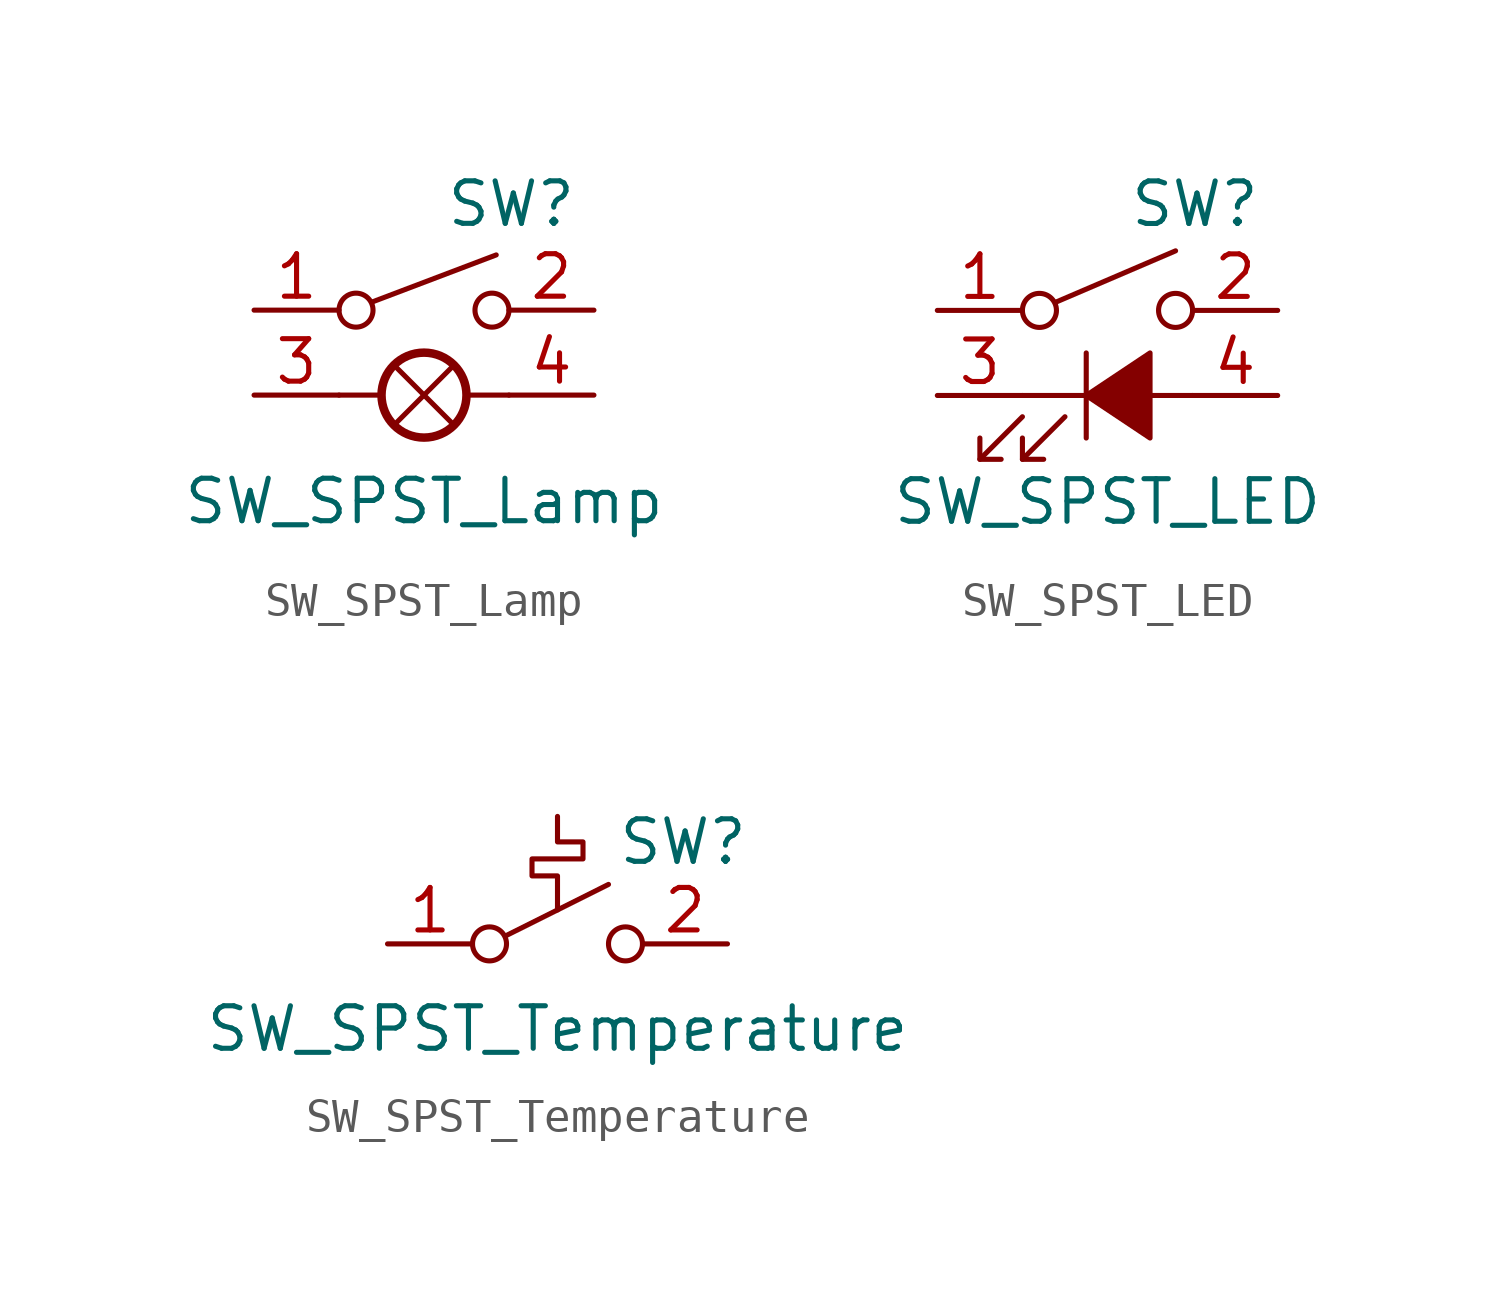
<source format=kicad_sym>
(kicad_symbol_lib
  (version 20201005)
  (generator kicad_symbol_editor)
  (symbol "Switch:SW_SPST_Lamp"
    (pin_names
      (offset 1.016) hide)
    (property "Reference" "SW"
      (at 0.635 5.715 0)
      (effects (font (size 1.27 1.27)) (justify left)))
    (property "Value" "SW_SPST_Lamp"
      (at 0 -3.175 0)
      (effects (font (size 1.27 1.27))))
    (symbol "SW_SPST_Lamp_0_1"
      (circle (center -2.032 2.54) (radius 0.508) (stroke (width 0)) (fill (type none)))
      (circle (center 0 0) (radius 1.27) (stroke (width 0.254)) (fill (type none)))
      (circle (center 2.032 2.54) (radius 0.508) (stroke (width 0)) (fill (type none)))
      (polyline (pts (xy -2.54 0) (xy -1.27 0)) (stroke (width 0)) (fill (type none)))
      (polyline (pts (xy -1.524 2.794) (xy 2.159 4.191)) (stroke (width 0)) (fill (type none)))
      (polyline (pts (xy -0.889 -0.889) (xy 0.889 0.889)) (stroke (width 0)) (fill (type none)))
      (polyline (pts (xy 0.889 -0.889) (xy -0.889 0.889)) (stroke (width 0)) (fill (type none)))
      (polyline (pts (xy 2.54 0) (xy 1.27 0)) (stroke (width 0)) (fill (type none)))
      (pin passive line (at -5.08 2.54 0) (length 2.54) (name "1" (effects (font (size 1.27 1.27)))) (number "1" (effects (font (size 1.27 1.27)))))
      (pin passive line (at 5.08 2.54 180) (length 2.54) (name "2" (effects (font (size 1.27 1.27)))) (number "2" (effects (font (size 1.27 1.27)))))
      (pin passive line (at -5.08 0 0) (length 2.54) (name "L" (effects (font (size 1.27 1.27)))) (number "3" (effects (font (size 1.27 1.27)))))
      (pin passive line (at 5.08 0 180) (length 2.54) (name "L" (effects (font (size 1.27 1.27)))) (number "4" (effects (font (size 1.27 1.27)))))))
  (symbol "Switch:SW_SPST_LED"
    (pin_names
      (offset 1.016) hide)
    (property "Reference" "SW"
      (at 0.635 5.715 0)
      (effects (font (size 1.27 1.27)) (justify left)))
    (property "Value" "SW_SPST_LED"
      (at 0 -3.175 0)
      (effects (font (size 1.27 1.27))))
    (symbol "SW_SPST_LED_0_0"
      (polyline (pts (xy -3.81 -1.905) (xy -2.54 -0.635)) (stroke (width 0)) (fill (type none)))
      (polyline (pts (xy -2.54 -1.905) (xy -1.27 -0.635)) (stroke (width 0)) (fill (type none)))
      (polyline (pts (xy -2.54 0) (xy 2.54 0)) (stroke (width 0)) (fill (type none)))
      (polyline (pts (xy -0.635 1.27) (xy -0.635 -1.27)) (stroke (width 0)) (fill (type none)))
      (polyline (pts (xy -3.81 -1.27) (xy -3.81 -1.905) (xy -3.175 -1.905)) (stroke (width 0)) (fill (type none)))
      (polyline (pts (xy -2.54 -1.27) (xy -2.54 -1.905) (xy -1.905 -1.905)) (stroke (width 0)) (fill (type none)))
      (polyline (pts (xy -0.635 0) (xy 1.27 1.27) (xy 1.27 -1.27) (xy -0.635 0)) (stroke (width 0)) (fill (type outline))))
    (symbol "SW_SPST_LED_0_1"
      (circle (center -2.032 2.54) (radius 0.508) (stroke (width 0)) (fill (type none)))
      (circle (center 2.032 2.54) (radius 0.508) (stroke (width 0)) (fill (type none)))
      (polyline (pts (xy -1.524 2.794) (xy 2.032 4.318)) (stroke (width 0)) (fill (type none)))
      (pin passive line (at -5.08 2.54 0) (length 2.54) (name "1" (effects (font (size 1.27 1.27)))) (number "1" (effects (font (size 1.27 1.27)))))
      (pin passive line (at 5.08 2.54 180) (length 2.54) (name "2" (effects (font (size 1.27 1.27)))) (number "2" (effects (font (size 1.27 1.27)))))
      (pin passive line (at -5.08 0 0) (length 2.54) (name "K" (effects (font (size 1.27 1.27)))) (number "3" (effects (font (size 1.27 1.27)))))
      (pin passive line (at 5.08 0 180) (length 2.54) (name "A" (effects (font (size 1.27 1.27)))) (number "4" (effects (font (size 1.27 1.27)))))))
  (symbol "Switch:SW_SPST_Temperature"
    (pin_names
      (offset 0) hide)
    (property "Reference" "SW"
      (at 1.778 3.048 0)
      (effects (font (size 1.27 1.27)) (justify left)))
    (property "Value" "SW_SPST_Temperature"
      (at 0 -2.54 0)
      (effects (font (size 1.27 1.27))))
    (symbol "SW_SPST_Temperature_0_0"
      (circle (center -2.032 0) (radius 0.508) (stroke (width 0)) (fill (type none)))
      (circle (center 2.032 0) (radius 0.508) (stroke (width 0)) (fill (type none)))
      (polyline (pts (xy -1.524 0.254) (xy 1.524 1.778)) (stroke (width 0)) (fill (type none)))
      (polyline (pts (xy 0 1.016) (xy 0 2.032) (xy -0.762 2.032) (xy -0.762 2.54) (xy 0.762 2.54) (xy 0.762 3.048) (xy 0 3.048) (xy 0 3.81)) (stroke (width 0)) (fill (type none))))
    (symbol "SW_SPST_Temperature_1_1"
      (pin passive line (at -5.08 0 0) (length 2.54) (name "A" (effects (font (size 1.27 1.27)))) (number "1" (effects (font (size 1.27 1.27)))))
      (pin passive line (at 5.08 0 180) (length 2.54) (name "B" (effects (font (size 1.27 1.27)))) (number "2" (effects (font (size 1.27 1.27))))))))
</source>
